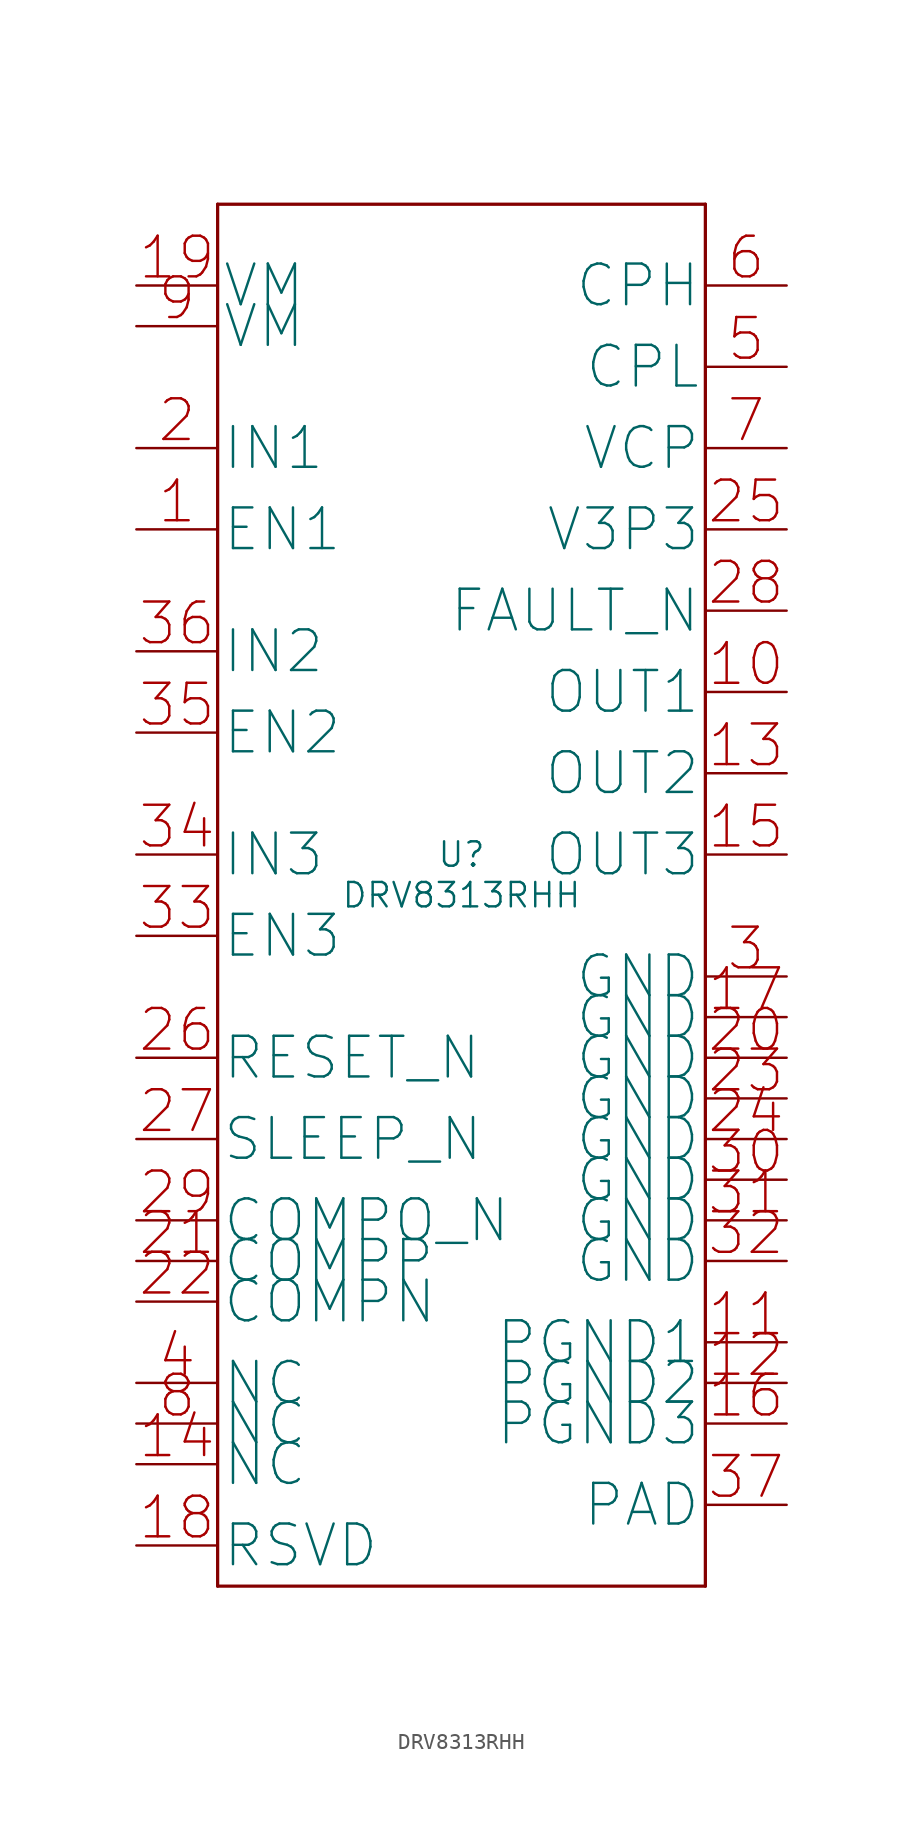
<source format=kicad_sym>
(kicad_symbol_lib
  (version 20220914)
  (generator kicad_symbol_editor)
  (symbol "DRV8313RHH"
    (pin_names
      (offset 0.254))
    (property "Reference" "U"
      (at 0 2.54 0)
      (effects (font (size 1.524 1.524))))
    (property "Value" "DRV8313RHH"
      (at 0 0 0)
      (effects (font (size 1.524 1.524))))
    (property "Datasheet" ""
      (at 0 0 0)
      (effects (font (size 1.524 1.524))))
    (symbol "DRV8313RHH_0_0"
      (polyline (pts (xy -15.24 -43.18) (xy 15.24 -43.18)) (stroke (width 0.203) (type solid)) (fill (type none)))
      (polyline (pts (xy -15.24 43.18) (xy -15.24 -43.18)) (stroke (width 0.203) (type solid)) (fill (type none)))
      (polyline (pts (xy 15.24 -43.18) (xy 15.24 43.18)) (stroke (width 0.203) (type solid)) (fill (type none)))
      (polyline (pts (xy 15.24 43.18) (xy -15.24 43.18)) (stroke (width 0.203) (type solid)) (fill (type none))))
    (symbol "DRV8313RHH_1_0"
      (pin unspecified line (at -20.32 22.86 0) (length 5.08) (name "EN1" (effects (font (size 2.54 2.54)))) (number "1" (effects (font (size 2.54 2.54)))))
      (pin unspecified line (at 20.32 12.7 180) (length 5.08) (name "OUT1" (effects (font (size 2.54 2.54)))) (number "10" (effects (font (size 2.54 2.54)))))
      (pin unspecified line (at 20.32 -27.94 180) (length 5.08) (name "PGND1" (effects (font (size 2.54 2.54)))) (number "11" (effects (font (size 2.54 2.54)))))
      (pin unspecified line (at 20.32 -30.48 180) (length 5.08) (name "PGND2" (effects (font (size 2.54 2.54)))) (number "12" (effects (font (size 2.54 2.54)))))
      (pin unspecified line (at 20.32 7.62 180) (length 5.08) (name "OUT2" (effects (font (size 2.54 2.54)))) (number "13" (effects (font (size 2.54 2.54)))))
      (pin unspecified line (at -20.32 -35.56 0) (length 5.08) (name "NC" (effects (font (size 2.54 2.54)))) (number "14" (effects (font (size 2.54 2.54)))))
      (pin unspecified line (at 20.32 2.54 180) (length 5.08) (name "OUT3" (effects (font (size 2.54 2.54)))) (number "15" (effects (font (size 2.54 2.54)))))
      (pin unspecified line (at 20.32 -33.02 180) (length 5.08) (name "PGND3" (effects (font (size 2.54 2.54)))) (number "16" (effects (font (size 2.54 2.54)))))
      (pin unspecified line (at 20.32 -7.62 180) (length 5.08) (name "GND" (effects (font (size 2.54 2.54)))) (number "17" (effects (font (size 2.54 2.54)))))
      (pin unspecified line (at -20.32 -40.64 0) (length 5.08) (name "RSVD" (effects (font (size 2.54 2.54)))) (number "18" (effects (font (size 2.54 2.54)))))
      (pin unspecified line (at -20.32 38.1 0) (length 5.08) (name "VM" (effects (font (size 2.54 2.54)))) (number "19" (effects (font (size 2.54 2.54)))))
      (pin unspecified line (at -20.32 27.94 0) (length 5.08) (name "IN1" (effects (font (size 2.54 2.54)))) (number "2" (effects (font (size 2.54 2.54)))))
      (pin unspecified line (at 20.32 -10.16 180) (length 5.08) (name "GND" (effects (font (size 2.54 2.54)))) (number "20" (effects (font (size 2.54 2.54)))))
      (pin unspecified line (at -20.32 -22.86 0) (length 5.08) (name "COMPP" (effects (font (size 2.54 2.54)))) (number "21" (effects (font (size 2.54 2.54)))))
      (pin unspecified line (at -20.32 -25.4 0) (length 5.08) (name "COMPN" (effects (font (size 2.54 2.54)))) (number "22" (effects (font (size 2.54 2.54)))))
      (pin unspecified line (at 20.32 -12.7 180) (length 5.08) (name "GND" (effects (font (size 2.54 2.54)))) (number "23" (effects (font (size 2.54 2.54)))))
      (pin unspecified line (at 20.32 -15.24 180) (length 5.08) (name "GND" (effects (font (size 2.54 2.54)))) (number "24" (effects (font (size 2.54 2.54)))))
      (pin unspecified line (at 20.32 22.86 180) (length 5.08) (name "V3P3" (effects (font (size 2.54 2.54)))) (number "25" (effects (font (size 2.54 2.54)))))
      (pin unspecified line (at -20.32 -10.16 0) (length 5.08) (name "RESET_N" (effects (font (size 2.54 2.54)))) (number "26" (effects (font (size 2.54 2.54)))))
      (pin unspecified line (at -20.32 -15.24 0) (length 5.08) (name "SLEEP_N" (effects (font (size 2.54 2.54)))) (number "27" (effects (font (size 2.54 2.54)))))
      (pin unspecified line (at 20.32 17.78 180) (length 5.08) (name "FAULT_N" (effects (font (size 2.54 2.54)))) (number "28" (effects (font (size 2.54 2.54)))))
      (pin unspecified line (at -20.32 -20.32 0) (length 5.08) (name "COMPO_N" (effects (font (size 2.54 2.54)))) (number "29" (effects (font (size 2.54 2.54)))))
      (pin unspecified line (at 20.32 -5.08 180) (length 5.08) (name "GND" (effects (font (size 2.54 2.54)))) (number "3" (effects (font (size 2.54 2.54)))))
      (pin unspecified line (at 20.32 -17.78 180) (length 5.08) (name "GND" (effects (font (size 2.54 2.54)))) (number "30" (effects (font (size 2.54 2.54)))))
      (pin unspecified line (at 20.32 -20.32 180) (length 5.08) (name "GND" (effects (font (size 2.54 2.54)))) (number "31" (effects (font (size 2.54 2.54)))))
      (pin unspecified line (at 20.32 -22.86 180) (length 5.08) (name "GND" (effects (font (size 2.54 2.54)))) (number "32" (effects (font (size 2.54 2.54)))))
      (pin unspecified line (at -20.32 -2.54 0) (length 5.08) (name "EN3" (effects (font (size 2.54 2.54)))) (number "33" (effects (font (size 2.54 2.54)))))
      (pin unspecified line (at -20.32 2.54 0) (length 5.08) (name "IN3" (effects (font (size 2.54 2.54)))) (number "34" (effects (font (size 2.54 2.54)))))
      (pin unspecified line (at -20.32 10.16 0) (length 5.08) (name "EN2" (effects (font (size 2.54 2.54)))) (number "35" (effects (font (size 2.54 2.54)))))
      (pin unspecified line (at -20.32 15.24 0) (length 5.08) (name "IN2" (effects (font (size 2.54 2.54)))) (number "36" (effects (font (size 2.54 2.54)))))
      (pin unspecified line (at 20.32 -38.1 180) (length 5.08) (name "PAD" (effects (font (size 2.54 2.54)))) (number "37" (effects (font (size 2.54 2.54)))))
      (pin unspecified line (at -20.32 -30.48 0) (length 5.08) (name "NC" (effects (font (size 2.54 2.54)))) (number "4" (effects (font (size 2.54 2.54)))))
      (pin unspecified line (at 20.32 33.02 180) (length 5.08) (name "CPL" (effects (font (size 2.54 2.54)))) (number "5" (effects (font (size 2.54 2.54)))))
      (pin unspecified line (at 20.32 38.1 180) (length 5.08) (name "CPH" (effects (font (size 2.54 2.54)))) (number "6" (effects (font (size 2.54 2.54)))))
      (pin unspecified line (at 20.32 27.94 180) (length 5.08) (name "VCP" (effects (font (size 2.54 2.54)))) (number "7" (effects (font (size 2.54 2.54)))))
      (pin unspecified line (at -20.32 -33.02 0) (length 5.08) (name "NC" (effects (font (size 2.54 2.54)))) (number "8" (effects (font (size 2.54 2.54)))))
      (pin unspecified line (at -20.32 35.56 0) (length 5.08) (name "VM" (effects (font (size 2.54 2.54)))) (number "9" (effects (font (size 2.54 2.54))))))))
</source>
